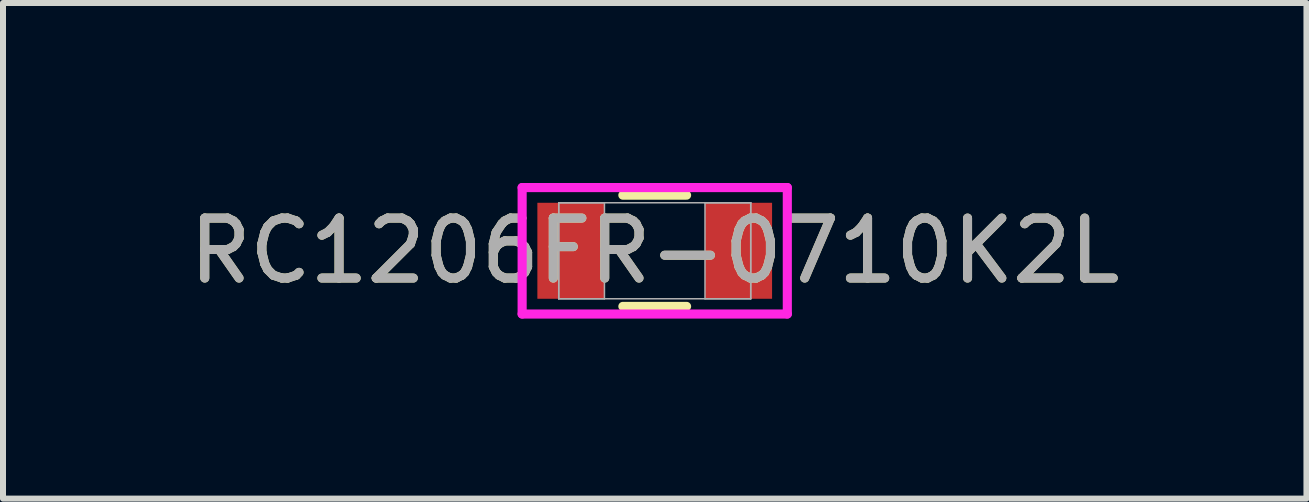
<source format=kicad_pcb>
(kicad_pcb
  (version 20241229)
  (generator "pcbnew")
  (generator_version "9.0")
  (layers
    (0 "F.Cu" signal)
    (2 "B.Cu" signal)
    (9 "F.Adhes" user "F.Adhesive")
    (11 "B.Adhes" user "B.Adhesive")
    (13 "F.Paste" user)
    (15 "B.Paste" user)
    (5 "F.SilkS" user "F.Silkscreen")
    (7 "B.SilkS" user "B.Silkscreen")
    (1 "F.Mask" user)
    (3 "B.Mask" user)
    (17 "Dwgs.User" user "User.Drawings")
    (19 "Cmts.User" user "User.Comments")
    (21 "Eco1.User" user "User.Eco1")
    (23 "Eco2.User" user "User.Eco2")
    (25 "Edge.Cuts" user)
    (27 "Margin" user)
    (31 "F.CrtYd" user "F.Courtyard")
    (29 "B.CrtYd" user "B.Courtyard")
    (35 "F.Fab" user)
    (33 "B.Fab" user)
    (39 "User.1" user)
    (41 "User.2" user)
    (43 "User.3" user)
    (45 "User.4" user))
  (footprint "RC1206FR-0710K2L"
    (layer "F.Cu")
    (at 7.863 1.13)
    (property "Reference" "RC1206FR-0710K2L" (at 0 0 0) (unlocked yes) (layer "F.SilkS") (effects (font (size 1 1) (thickness 0.15))))
    (attr smd)
    (fp_line (start -0.531 0.927) (end 0.531 0.927) (stroke (width 0.152) (type solid)) (layer "F.SilkS"))
    (fp_line (start 0.531 -0.927) (end -0.531 -0.927) (stroke (width 0.152) (type solid)) (layer "F.SilkS"))
    (fp_line (start -2.21 -1.054) (end 2.21 -1.054) (stroke (width 0.152) (type solid)) (layer "F.CrtYd"))
    (fp_line (start -2.21 1.054) (end -2.21 -1.054) (stroke (width 0.152) (type solid)) (layer "F.CrtYd"))
    (fp_line (start 2.21 -1.054) (end 2.21 1.054) (stroke (width 0.152) (type solid)) (layer "F.CrtYd"))
    (fp_line (start 2.21 1.054) (end -2.21 1.054) (stroke (width 0.152) (type solid)) (layer "F.CrtYd"))
    (fp_line (start -1.6 -0.8) (end -1.6 0.8) (stroke (width 0.025) (type solid)) (layer "F.Fab"))
    (fp_line (start -1.6 -0.8) (end -1.6 0.8) (stroke (width 0.025) (type solid)) (layer "F.Fab"))
    (fp_line (start -1.6 0.8) (end -0.838 0.8) (stroke (width 0.025) (type solid)) (layer "F.Fab"))
    (fp_line (start -1.6 0.8) (end 1.6 0.8) (stroke (width 0.025) (type solid)) (layer "F.Fab"))
    (fp_line (start -0.838 -0.8) (end -1.6 -0.8) (stroke (width 0.025) (type solid)) (layer "F.Fab"))
    (fp_line (start -0.838 0.8) (end -0.838 -0.8) (stroke (width 0.025) (type solid)) (layer "F.Fab"))
    (fp_line (start 0.838 -0.8) (end 0.838 0.8) (stroke (width 0.025) (type solid)) (layer "F.Fab"))
    (fp_line (start 0.838 0.8) (end 1.6 0.8) (stroke (width 0.025) (type solid)) (layer "F.Fab"))
    (fp_line (start 1.6 -0.8) (end -1.6 -0.8) (stroke (width 0.025) (type solid)) (layer "F.Fab"))
    (fp_line (start 1.6 -0.8) (end 0.838 -0.8) (stroke (width 0.025) (type solid)) (layer "F.Fab"))
    (fp_line (start 1.6 0.8) (end 1.6 -0.8) (stroke (width 0.025) (type solid)) (layer "F.Fab"))
    (fp_line (start 1.6 0.8) (end 1.6 -0.8) (stroke (width 0.025) (type solid)) (layer "F.Fab"))
    (fp_text user "${REFERENCE}" (at 0 0 0) (unlocked yes) (layer "F.Fab") (effects (font (size 1 1) (thickness 0.15))))
    (pad "1" smd rect (at -1.397 0) (size 1.118 1.6) (layers "F.Cu" "F.Mask" "F.Paste"))
    (pad "2" smd rect (at 1.397 0) (size 1.118 1.6) (layers "F.Cu" "F.Mask" "F.Paste"))
    (zone (net_name "") (layer "F.Cu") (hatch full 0.508) (connect_pads) (min_thickness 0.254) (filled_areas_thickness no) (keepout (tracks not_allowed) (vias not_allowed) (pads allowed) (copperpour not_allowed) (footprints allowed)) (placement (enabled no)) (fill) (polygon (pts (xy 7.076 0.381) (xy 8.65 0.381) (xy 8.65 1.88) (xy 7.076 1.88)))))
  (gr_rect
    (start -3 -3)
    (end 18.726 5.261)
    (stroke (width 0.1) (type default))
    (fill no)
    (layer "Edge.Cuts")))
</source>
